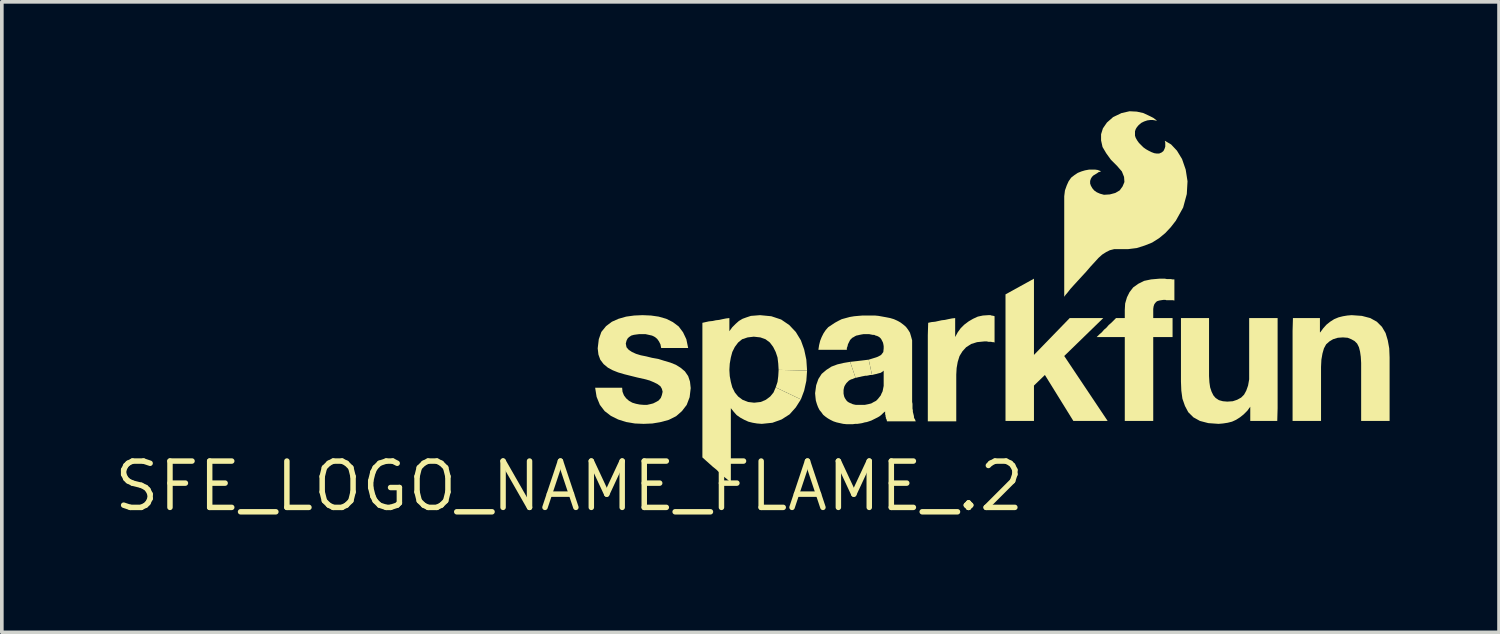
<source format=kicad_pcb>
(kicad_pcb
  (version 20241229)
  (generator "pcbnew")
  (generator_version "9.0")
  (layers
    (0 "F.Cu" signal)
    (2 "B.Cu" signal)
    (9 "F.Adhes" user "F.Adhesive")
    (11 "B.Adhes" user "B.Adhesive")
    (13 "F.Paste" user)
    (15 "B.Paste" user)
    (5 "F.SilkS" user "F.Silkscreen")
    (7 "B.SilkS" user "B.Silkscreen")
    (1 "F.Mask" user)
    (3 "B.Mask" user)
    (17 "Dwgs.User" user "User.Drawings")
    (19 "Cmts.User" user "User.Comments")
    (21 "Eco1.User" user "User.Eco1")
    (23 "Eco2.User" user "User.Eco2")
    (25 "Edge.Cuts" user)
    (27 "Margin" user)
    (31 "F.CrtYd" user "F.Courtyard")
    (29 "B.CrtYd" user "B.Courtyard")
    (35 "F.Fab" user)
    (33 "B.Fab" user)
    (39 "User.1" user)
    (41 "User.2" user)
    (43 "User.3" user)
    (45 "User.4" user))
  (footprint "SFE_LOGO_NAME_FLAME_.2"
    (layer "F.Cu")
    (at 12.556 10.28)
    (property "Reference" "SFE_LOGO_NAME_FLAME_.2" (at 0 0 0) (layer "F.SilkS") (effects (font (size 1.27 1.27) (thickness 0.15))))
    (attr through_hole)
    (fp_poly (pts (xy 5.66 -2.71) (xy 5.71 -2.86) (xy 5.73 -3.02) (xy 5.74 -3.19) (xy 6.52 -3.17) (xy 6.5 -2.89) (xy 6.44 -2.62) (xy 6.35 -2.38)) (stroke (width 0) (type solid)) (fill yes) (layer "F.SilkS"))
    (fp_poly (pts (xy 11.96 -5.26) (xy 12.74 -5.69) (xy 12.74 -3.6) (xy 13.72 -4.61) (xy 14.64 -4.61) (xy 13.57 -3.57) (xy 14.76 -1.79) (xy 13.82 -1.79) (xy 13.04 -3.05) (xy 12.74 -2.76) (xy 12.74 -1.79) (xy 11.96 -1.79)) (stroke (width 0) (type solid)) (fill yes) (layer "F.SilkS"))
    (fp_poly (pts (xy 7.7 -3.41) (xy 7.88 -3.43) (xy 8.05 -3.45) (xy 8.21 -3.47) (xy 8.3 -3.05) (xy 8.25 -3.05) (xy 8.21 -3.04) (xy 8.16 -3.03) (xy 8.12 -3.03) (xy 8.07 -3.02) (xy 8.02 -3.01) (xy 7.98 -3) (xy 7.93 -2.99) (xy 7.89 -2.98) (xy 7.85 -2.97)) (stroke (width 0) (type solid)) (fill yes) (layer "F.SilkS"))
    (fp_poly (pts (xy 9.84 -4.48) (xy 9.93 -4.5) (xy 10.03 -4.51) (xy 10.12 -4.53) (xy 10.21 -4.55) (xy 10.3 -4.56) (xy 10.39 -4.58) (xy 10.49 -4.6) (xy 10.58 -4.61) (xy 10.58 -4.55) (xy 10.58 -4.48) (xy 10.58 -4.42) (xy 10.58 -4.35) (xy 10.58 -4.28) (xy 10.58 -4.22) (xy 10.58 -4.15) (xy 10.58 -4.09) (xy 10.65 -4.22) (xy 10.73 -4.33) (xy 10.83 -4.43) (xy 10.95 -4.52) (xy 11.07 -4.59) (xy 11.2 -4.65) (xy 11.34 -4.68) (xy 11.49 -4.69) (xy 11.51 -4.69) (xy 11.53 -4.69) (xy 11.55 -4.69) (xy 11.57 -4.68) (xy 11.59 -4.68) (xy 11.62 -4.67) (xy 11.64 -4.67) (xy 11.66 -4.66) (xy 11.66 -4.57) (xy 11.66 -4.48) (xy 11.66 -4.39) (xy 11.66 -4.3) (xy 11.66 -4.21) (xy 11.66 -4.12) (xy 11.66 -4.03) (xy 11.66 -3.94) (xy 11.63 -3.95) (xy 11.6 -3.95) (xy 11.56 -3.96) (xy 11.53 -3.96) (xy 11.49 -3.96) (xy 11.45 -3.97) (xy 11.41 -3.97) (xy 11.38 -3.97) (xy 11.18 -3.95) (xy 11.02 -3.9) (xy 10.88 -3.81) (xy 10.78 -3.7) (xy 10.7 -3.57) (xy 10.65 -3.41) (xy 10.62 -3.24) (xy 10.61 -3.06) (xy 10.61 -2.9) (xy 10.61 -2.74) (xy 10.61 -2.58) (xy 10.61 -2.42) (xy 10.61 -2.26) (xy 10.61 -2.1) (xy 10.61 -1.94) (xy 10.61 -1.78) (xy 10.51 -1.78) (xy 10.42 -1.78) (xy 10.32 -1.78) (xy 10.22 -1.78) (xy 10.13 -1.78) (xy 10.03 -1.78) (xy 9.93 -1.78) (xy 9.83 -1.78) (xy 9.83 -2.12) (xy 9.83 -2.46) (xy 9.83 -2.8) (xy 9.83 -3.13) (xy 9.83 -3.47) (xy 9.83 -3.81) (xy 9.83 -4.14)) (stroke (width 0) (type solid)) (fill yes) (layer "F.SilkS"))
    (fp_poly (pts (xy 19.41 -1.79) (xy 19.32 -1.79) (xy 19.23 -1.79) (xy 19.14 -1.79) (xy 19.04 -1.79) (xy 18.95 -1.79) (xy 18.86 -1.79) (xy 18.77 -1.79) (xy 18.67 -1.79) (xy 18.67 -1.83) (xy 18.67 -1.88) (xy 18.67 -1.93) (xy 18.67 -1.98) (xy 18.67 -2.03) (xy 18.67 -2.08) (xy 18.67 -2.13) (xy 18.67 -2.18) (xy 18.59 -2.07) (xy 18.49 -1.97) (xy 18.39 -1.89) (xy 18.28 -1.82) (xy 18.17 -1.77) (xy 18.05 -1.74) (xy 17.92 -1.72) (xy 17.8 -1.71) (xy 17.52 -1.73) (xy 17.29 -1.79) (xy 17.11 -1.89) (xy 16.97 -2.03) (xy 16.88 -2.2) (xy 16.81 -2.4) (xy 16.78 -2.62) (xy 16.77 -2.87) (xy 16.77 -3.09) (xy 16.77 -3.31) (xy 16.77 -3.53) (xy 16.77 -3.74) (xy 16.77 -3.96) (xy 16.77 -4.18) (xy 16.77 -4.4) (xy 16.77 -4.61) (xy 16.86 -4.61) (xy 16.96 -4.61) (xy 17.06 -4.61) (xy 17.16 -4.61) (xy 17.25 -4.61) (xy 17.35 -4.61) (xy 17.45 -4.61) (xy 17.54 -4.61) (xy 17.54 -4.41) (xy 17.54 -4.21) (xy 17.54 -4.01) (xy 17.54 -3.81) (xy 17.54 -3.61) (xy 17.54 -3.42) (xy 17.54 -3.22) (xy 17.54 -3.02) (xy 17.55 -2.85) (xy 17.57 -2.71) (xy 17.61 -2.59) (xy 17.66 -2.49) (xy 17.72 -2.42) (xy 17.81 -2.36) (xy 17.92 -2.33) (xy 18.04 -2.32) (xy 18.19 -2.33) (xy 18.31 -2.37) (xy 18.42 -2.43) (xy 18.5 -2.51) (xy 18.56 -2.62) (xy 18.61 -2.76) (xy 18.64 -2.93) (xy 18.64 -3.13) (xy 18.64 -3.32) (xy 18.64 -3.5) (xy 18.64 -3.69) (xy 18.64 -3.87) (xy 18.64 -4.06) (xy 18.64 -4.24) (xy 18.64 -4.43) (xy 18.64 -4.61) (xy 18.74 -4.61) (xy 18.84 -4.61) (xy 18.94 -4.61) (xy 19.03 -4.61) (xy 19.13 -4.61) (xy 19.23 -4.61) (xy 19.32 -4.61) (xy 19.42 -4.61) (xy 19.42 -4.26) (xy 19.42 -3.91) (xy 19.42 -3.55) (xy 19.42 -3.2) (xy 19.42 -2.85) (xy 19.42 -2.49) (xy 19.42 -2.14)) (stroke (width 0) (type solid)) (fill yes) (layer "F.SilkS"))
    (fp_poly (pts (xy 19.84 -4.61) (xy 19.93 -4.61) (xy 20.03 -4.61) (xy 20.12 -4.61) (xy 20.21 -4.61) (xy 20.3 -4.61) (xy 20.4 -4.61) (xy 20.49 -4.61) (xy 20.58 -4.61) (xy 20.58 -4.56) (xy 20.58 -4.52) (xy 20.58 -4.47) (xy 20.58 -4.42) (xy 20.58 -4.37) (xy 20.58 -4.32) (xy 20.58 -4.27) (xy 20.58 -4.22) (xy 20.59 -4.22) (xy 20.67 -4.33) (xy 20.76 -4.43) (xy 20.86 -4.51) (xy 20.97 -4.58) (xy 21.09 -4.63) (xy 21.21 -4.66) (xy 21.33 -4.68) (xy 21.45 -4.69) (xy 21.73 -4.67) (xy 21.96 -4.61) (xy 22.14 -4.51) (xy 22.28 -4.37) (xy 22.38 -4.2) (xy 22.44 -4) (xy 22.48 -3.78) (xy 22.49 -3.53) (xy 22.49 -3.31) (xy 22.49 -3.09) (xy 22.49 -2.87) (xy 22.49 -2.66) (xy 22.49 -2.44) (xy 22.49 -2.22) (xy 22.49 -2) (xy 22.49 -1.79) (xy 22.39 -1.79) (xy 22.29 -1.79) (xy 22.2 -1.79) (xy 22.1 -1.79) (xy 22 -1.79) (xy 21.9 -1.79) (xy 21.81 -1.79) (xy 21.71 -1.79) (xy 21.71 -1.99) (xy 21.71 -2.19) (xy 21.71 -2.39) (xy 21.71 -2.58) (xy 21.71 -2.78) (xy 21.71 -2.98) (xy 21.71 -3.18) (xy 21.71 -3.38) (xy 21.7 -3.55) (xy 21.68 -3.69) (xy 21.65 -3.81) (xy 21.6 -3.91) (xy 21.53 -3.98) (xy 21.44 -4.03) (xy 21.34 -4.07) (xy 21.21 -4.08) (xy 21.07 -4.07) (xy 20.94 -4.03) (xy 20.84 -3.97) (xy 20.75 -3.89) (xy 20.69 -3.78) (xy 20.65 -3.64) (xy 20.62 -3.47) (xy 20.61 -3.27) (xy 20.61 -3.08) (xy 20.61 -2.9) (xy 20.61 -2.71) (xy 20.61 -2.53) (xy 20.61 -2.34) (xy 20.61 -2.16) (xy 20.61 -1.97) (xy 20.61 -1.79) (xy 20.51 -1.79) (xy 20.42 -1.79) (xy 20.32 -1.79) (xy 20.22 -1.79) (xy 20.13 -1.79) (xy 20.03 -1.79) (xy 19.93 -1.79) (xy 19.83 -1.79) (xy 19.83 -2.14) (xy 19.83 -2.49) (xy 19.83 -2.85) (xy 19.83 -3.2) (xy 19.83 -3.55) (xy 19.83 -3.91) (xy 19.83 -4.26)) (stroke (width 0) (type solid)) (fill yes) (layer "F.SilkS"))
    (fp_poly (pts (xy 6.35 -2.38) (xy 6.21 -2.16) (xy 6.04 -1.97) (xy 5.82 -1.83) (xy 5.57 -1.74) (xy 5.28 -1.71) (xy 5.15 -1.72) (xy 5.03 -1.74) (xy 4.91 -1.77) (xy 4.8 -1.82) (xy 4.69 -1.88) (xy 4.59 -1.95) (xy 4.51 -2.04) (xy 4.43 -2.14) (xy 4.43 -1.88) (xy 4.43 -1.63) (xy 4.43 -1.37) (xy 4.43 -1.12) (xy 4.43 -0.86) (xy 4.43 -0.61) (xy 4.43 -0.35) (xy 4.43 -0.1) (xy 4.33 -0.19) (xy 4.23 -0.27) (xy 4.13 -0.36) (xy 4.04 -0.45) (xy 3.94 -0.53) (xy 3.84 -0.62) (xy 3.75 -0.7) (xy 3.65 -0.79) (xy 3.65 -1.25) (xy 3.65 -1.71) (xy 3.65 -2.18) (xy 3.65 -2.64) (xy 3.65 -3.1) (xy 3.65 -3.56) (xy 3.65 -4.02) (xy 3.65 -4.48) (xy 3.74 -4.5) (xy 3.83 -4.52) (xy 3.93 -4.53) (xy 4.02 -4.55) (xy 4.11 -4.56) (xy 4.2 -4.58) (xy 4.3 -4.6) (xy 4.39 -4.61) (xy 4.39 -4.57) (xy 4.39 -4.52) (xy 4.39 -4.48) (xy 4.39 -4.43) (xy 4.39 -4.39) (xy 4.39 -4.34) (xy 4.39 -4.3) (xy 4.39 -4.25) (xy 4.47 -4.36) (xy 4.56 -4.45) (xy 4.65 -4.53) (xy 4.75 -4.59) (xy 4.86 -4.63) (xy 4.98 -4.67) (xy 5.11 -4.68) (xy 5.23 -4.69) (xy 5.54 -4.66) (xy 5.81 -4.57) (xy 6.03 -4.42) (xy 6.21 -4.23) (xy 6.35 -4) (xy 6.44 -3.75) (xy 6.5 -3.47) (xy 6.52 -3.17) (xy 5.74 -3.19) (xy 5.73 -3.36) (xy 5.71 -3.53) (xy 5.66 -3.68) (xy 5.59 -3.82) (xy 5.5 -3.94) (xy 5.38 -4.03) (xy 5.24 -4.08) (xy 5.06 -4.1) (xy 4.89 -4.08) (xy 4.74 -4.03) (xy 4.63 -3.94) (xy 4.54 -3.82) (xy 4.47 -3.68) (xy 4.43 -3.53) (xy 4.4 -3.36) (xy 4.39 -3.19) (xy 4.4 -3.02) (xy 4.43 -2.86) (xy 4.47 -2.71) (xy 4.54 -2.57) (xy 4.63 -2.46) (xy 4.75 -2.37) (xy 4.9 -2.31) (xy 5.07 -2.29) (xy 5.25 -2.31) (xy 5.39 -2.37) (xy 5.51 -2.46) (xy 5.6 -2.57) (xy 5.66 -2.71)) (stroke (width 0) (type solid)) (fill yes) (layer "F.SilkS"))
    (fp_poly (pts (xy 1.45 -2.7) (xy 1.46 -2.59) (xy 1.5 -2.49) (xy 1.56 -2.41) (xy 1.64 -2.34) (xy 1.73 -2.29) (xy 1.83 -2.26) (xy 1.93 -2.24) (xy 2.05 -2.23) (xy 2.13 -2.23) (xy 2.22 -2.25) (xy 2.3 -2.27) (xy 2.38 -2.31) (xy 2.45 -2.35) (xy 2.51 -2.42) (xy 2.54 -2.5) (xy 2.56 -2.59) (xy 2.54 -2.67) (xy 2.5 -2.74) (xy 2.42 -2.8) (xy 2.32 -2.85) (xy 2.2 -2.9) (xy 2.05 -2.94) (xy 1.87 -2.98) (xy 1.67 -3.03) (xy 1.51 -3.07) (xy 1.34 -3.12) (xy 1.19 -3.18) (xy 1.06 -3.25) (xy 0.94 -3.35) (xy 0.85 -3.47) (xy 0.8 -3.61) (xy 0.78 -3.78) (xy 0.81 -4.03) (xy 0.88 -4.23) (xy 1.01 -4.39) (xy 1.17 -4.51) (xy 1.35 -4.59) (xy 1.56 -4.65) (xy 1.78 -4.68) (xy 2.01 -4.69) (xy 2.24 -4.68) (xy 2.45 -4.65) (xy 2.66 -4.59) (xy 2.84 -4.5) (xy 3 -4.38) (xy 3.12 -4.22) (xy 3.21 -4.03) (xy 3.26 -3.79) (xy 3.16 -3.79) (xy 3.07 -3.79) (xy 2.98 -3.79) (xy 2.89 -3.79) (xy 2.79 -3.79) (xy 2.7 -3.79) (xy 2.61 -3.79) (xy 2.52 -3.79) (xy 2.5 -3.89) (xy 2.46 -3.97) (xy 2.41 -4.04) (xy 2.35 -4.09) (xy 2.27 -4.13) (xy 2.18 -4.15) (xy 2.09 -4.17) (xy 1.99 -4.17) (xy 1.92 -4.17) (xy 1.84 -4.16) (xy 1.77 -4.15) (xy 1.7 -4.13) (xy 1.64 -4.09) (xy 1.6 -4.05) (xy 1.57 -3.99) (xy 1.55 -3.91) (xy 1.57 -3.81) (xy 1.63 -3.74) (xy 1.72 -3.68) (xy 1.83 -3.63) (xy 1.96 -3.59) (xy 2.11 -3.56) (xy 2.27 -3.52) (xy 2.44 -3.49) (xy 2.6 -3.44) (xy 2.77 -3.39) (xy 2.92 -3.33) (xy 3.05 -3.25) (xy 3.17 -3.15) (xy 3.26 -3.02) (xy 3.31 -2.87) (xy 3.33 -2.69) (xy 3.3 -2.44) (xy 3.22 -2.23) (xy 3.09 -2.06) (xy 2.93 -1.92) (xy 2.73 -1.82) (xy 2.51 -1.76) (xy 2.28 -1.72) (xy 2.04 -1.71) (xy 1.8 -1.72) (xy 1.56 -1.76) (xy 1.34 -1.83) (xy 1.14 -1.93) (xy 0.97 -2.06) (xy 0.84 -2.23) (xy 0.75 -2.45) (xy 0.71 -2.7) (xy 0.8 -2.7) (xy 0.9 -2.7) (xy 0.99 -2.7) (xy 1.08 -2.7) (xy 1.17 -2.7) (xy 1.27 -2.7) (xy 1.36 -2.7)) (stroke (width 0) (type solid)) (fill yes) (layer "F.SilkS"))
    (fp_poly (pts (xy 15.23 -4.09) (xy 15.13 -4.09) (xy 15.04 -4.09) (xy 14.94 -4.09) (xy 14.85 -4.09) (xy 14.75 -4.09) (xy 14.66 -4.09) (xy 14.56 -4.09) (xy 14.46 -4.09) (xy 14.53 -4.16) (xy 14.6 -4.22) (xy 14.66 -4.29) (xy 14.73 -4.35) (xy 14.79 -4.42) (xy 14.86 -4.48) (xy 14.93 -4.55) (xy 14.99 -4.61) (xy 15.02 -4.61) (xy 15.05 -4.61) (xy 15.08 -4.61) (xy 15.11 -4.61) (xy 15.14 -4.61) (xy 15.17 -4.61) (xy 15.2 -4.61) (xy 15.23 -4.61) (xy 15.23 -4.64) (xy 15.23 -4.67) (xy 15.23 -4.7) (xy 15.23 -4.72) (xy 15.23 -4.75) (xy 15.23 -4.78) (xy 15.23 -4.8) (xy 15.23 -4.83) (xy 15.24 -5.01) (xy 15.29 -5.18) (xy 15.36 -5.32) (xy 15.46 -5.45) (xy 15.6 -5.55) (xy 15.76 -5.63) (xy 15.95 -5.67) (xy 16.18 -5.69) (xy 16.23 -5.69) (xy 16.28 -5.69) (xy 16.33 -5.69) (xy 16.38 -5.68) (xy 16.43 -5.68) (xy 16.49 -5.68) (xy 16.54 -5.67) (xy 16.59 -5.67) (xy 16.59 -5.6) (xy 16.59 -5.53) (xy 16.59 -5.45) (xy 16.59 -5.38) (xy 16.59 -5.31) (xy 16.59 -5.24) (xy 16.59 -5.16) (xy 16.59 -5.09) (xy 16.55 -5.1) (xy 16.52 -5.1) (xy 16.48 -5.1) (xy 16.44 -5.1) (xy 16.41 -5.1) (xy 16.37 -5.1) (xy 16.34 -5.11) (xy 16.3 -5.11) (xy 16.23 -5.1) (xy 16.17 -5.09) (xy 16.11 -5.07) (xy 16.07 -5.03) (xy 16.04 -4.99) (xy 16.02 -4.93) (xy 16.01 -4.86) (xy 16.01 -4.78) (xy 16.01 -4.76) (xy 16.01 -4.74) (xy 16.01 -4.72) (xy 16.01 -4.7) (xy 16.01 -4.68) (xy 16.01 -4.66) (xy 16.01 -4.63) (xy 16.01 -4.61) (xy 16.07 -4.61) (xy 16.14 -4.61) (xy 16.21 -4.61) (xy 16.27 -4.61) (xy 16.34 -4.61) (xy 16.41 -4.61) (xy 16.47 -4.61) (xy 16.54 -4.61) (xy 16.54 -4.55) (xy 16.54 -4.48) (xy 16.54 -4.42) (xy 16.54 -4.35) (xy 16.54 -4.29) (xy 16.54 -4.22) (xy 16.54 -4.16) (xy 16.54 -4.09) (xy 16.47 -4.09) (xy 16.41 -4.09) (xy 16.34 -4.09) (xy 16.27 -4.09) (xy 16.21 -4.09) (xy 16.14 -4.09) (xy 16.07 -4.09) (xy 16.01 -4.09) (xy 16.01 -3.81) (xy 16.01 -3.52) (xy 16.01 -3.23) (xy 16.01 -2.94) (xy 16.01 -2.65) (xy 16.01 -2.36) (xy 16.01 -2.07) (xy 16.01 -1.79) (xy 15.91 -1.79) (xy 15.81 -1.79) (xy 15.71 -1.79) (xy 15.62 -1.79) (xy 15.52 -1.79) (xy 15.42 -1.79) (xy 15.33 -1.79) (xy 15.23 -1.79) (xy 15.23 -2.07) (xy 15.23 -2.36) (xy 15.23 -2.65) (xy 15.23 -2.94) (xy 15.23 -3.23) (xy 15.23 -3.52) (xy 15.23 -3.81)) (stroke (width 0) (type solid)) (fill yes) (layer "F.SilkS"))
    (fp_poly (pts (xy 16.33 -9.47) (xy 16.33 -9.45) (xy 16.34 -9.42) (xy 16.34 -9.37) (xy 16.34 -9.31) (xy 16.32 -9.25) (xy 16.29 -9.19) (xy 16.24 -9.15) (xy 16.17 -9.12) (xy 16.11 -9.12) (xy 16.04 -9.13) (xy 15.96 -9.16) (xy 15.88 -9.2) (xy 15.81 -9.24) (xy 15.74 -9.29) (xy 15.68 -9.35) (xy 15.62 -9.41) (xy 15.57 -9.48) (xy 15.53 -9.55) (xy 15.51 -9.61) (xy 15.51 -9.68) (xy 15.51 -9.73) (xy 15.53 -9.79) (xy 15.56 -9.84) (xy 15.61 -9.9) (xy 15.68 -9.96) (xy 15.76 -10) (xy 15.85 -10.03) (xy 15.93 -10.04) (xy 16 -10.04) (xy 16.06 -10.03) (xy 16.1 -10.02) (xy 16.11 -10.02) (xy 16.09 -10.04) (xy 16.01 -10.1) (xy 15.89 -10.16) (xy 15.74 -10.23) (xy 15.56 -10.27) (xy 15.36 -10.28) (xy 15.14 -10.23) (xy 14.91 -10.12) (xy 14.74 -9.97) (xy 14.63 -9.81) (xy 14.58 -9.65) (xy 14.58 -9.48) (xy 14.62 -9.3) (xy 14.72 -9.13) (xy 14.85 -8.95) (xy 15.02 -8.78) (xy 15.15 -8.63) (xy 15.21 -8.48) (xy 15.22 -8.34) (xy 15.17 -8.22) (xy 15.09 -8.11) (xy 14.97 -8.04) (xy 14.82 -8) (xy 14.66 -7.99) (xy 14.55 -8.02) (xy 14.46 -8.06) (xy 14.39 -8.11) (xy 14.34 -8.17) (xy 14.3 -8.24) (xy 14.28 -8.3) (xy 14.28 -8.37) (xy 14.3 -8.43) (xy 14.33 -8.48) (xy 14.37 -8.52) (xy 14.42 -8.55) (xy 14.47 -8.58) (xy 14.51 -8.61) (xy 14.55 -8.62) (xy 14.58 -8.64) (xy 14.59 -8.64) (xy 14.57 -8.64) (xy 14.54 -8.65) (xy 14.49 -8.67) (xy 14.42 -8.68) (xy 14.34 -8.68) (xy 14.25 -8.68) (xy 14.14 -8.66) (xy 14.04 -8.63) (xy 13.94 -8.59) (xy 13.85 -8.53) (xy 13.76 -8.46) (xy 13.69 -8.36) (xy 13.64 -8.25) (xy 13.59 -8.11) (xy 13.57 -7.95) (xy 13.57 -7.76) (xy 13.57 -7.44) (xy 13.57 -7.12) (xy 13.57 -6.8) (xy 13.57 -6.48) (xy 13.57 -6.15) (xy 13.57 -5.83) (xy 13.57 -5.51) (xy 13.57 -5.19) (xy 13.58 -5.21) (xy 13.61 -5.25) (xy 13.67 -5.32) (xy 13.74 -5.41) (xy 13.83 -5.51) (xy 13.94 -5.63) (xy 14.05 -5.75) (xy 14.17 -5.88) (xy 14.29 -6.02) (xy 14.41 -6.15) (xy 14.51 -6.26) (xy 14.61 -6.35) (xy 14.72 -6.42) (xy 14.82 -6.47) (xy 14.94 -6.5) (xy 15.07 -6.5) (xy 15.32 -6.5) (xy 15.56 -6.53) (xy 15.78 -6.6) (xy 15.98 -6.68) (xy 16.17 -6.8) (xy 16.34 -6.94) (xy 16.49 -7.1) (xy 16.63 -7.28) (xy 16.83 -7.64) (xy 16.93 -8.01) (xy 16.95 -8.36) (xy 16.9 -8.68) (xy 16.8 -8.97) (xy 16.66 -9.2) (xy 16.5 -9.37)) (stroke (width 0) (type solid)) (fill yes) (layer "F.SilkS"))
    (fp_poly (pts (xy 7.85 -2.97) (xy 7.81 -2.96) (xy 7.77 -2.94) (xy 7.73 -2.93) (xy 7.69 -2.91) (xy 7.66 -2.89) (xy 7.63 -2.86) (xy 7.6 -2.83) (xy 7.58 -2.8) (xy 7.56 -2.77) (xy 7.54 -2.73) (xy 7.53 -2.69) (xy 7.52 -2.64) (xy 7.52 -2.59) (xy 7.52 -2.54) (xy 7.53 -2.49) (xy 7.54 -2.45) (xy 7.56 -2.41) (xy 7.58 -2.38) (xy 7.6 -2.35) (xy 7.63 -2.32) (xy 7.66 -2.3) (xy 7.7 -2.28) (xy 7.73 -2.27) (xy 7.77 -2.25) (xy 7.81 -2.24) (xy 7.86 -2.23) (xy 7.9 -2.23) (xy 7.95 -2.23) (xy 8 -2.23) (xy 8.1 -2.23) (xy 8.2 -2.25) (xy 8.28 -2.27) (xy 8.35 -2.31) (xy 8.41 -2.34) (xy 8.46 -2.39) (xy 8.5 -2.44) (xy 8.54 -2.49) (xy 8.56 -2.54) (xy 8.59 -2.6) (xy 8.6 -2.65) (xy 8.61 -2.7) (xy 8.62 -2.75) (xy 8.62 -2.8) (xy 8.62 -2.84) (xy 8.62 -2.88) (xy 8.62 -2.9) (xy 8.62 -2.91) (xy 8.62 -2.93) (xy 8.62 -2.95) (xy 8.62 -2.97) (xy 8.62 -2.99) (xy 8.62 -3.01) (xy 8.62 -3.02) (xy 8.62 -3.04) (xy 8.62 -3.06) (xy 8.62 -3.08) (xy 8.62 -3.1) (xy 8.62 -3.11) (xy 8.62 -3.13) (xy 8.62 -3.15) (xy 8.62 -3.17) (xy 8.6 -3.15) (xy 8.57 -3.13) (xy 8.54 -3.11) (xy 8.5 -3.1) (xy 8.46 -3.09) (xy 8.43 -3.08) (xy 8.38 -3.07) (xy 8.34 -3.06) (xy 8.3 -3.05) (xy 8.21 -3.47) (xy 8.34 -3.51) (xy 8.46 -3.55) (xy 8.55 -3.6) (xy 8.61 -3.68) (xy 8.62 -3.78) (xy 8.62 -3.84) (xy 8.61 -3.9) (xy 8.6 -3.94) (xy 8.58 -3.98) (xy 8.56 -4.02) (xy 8.54 -4.05) (xy 8.51 -4.08) (xy 8.48 -4.1) (xy 8.44 -4.12) (xy 8.4 -4.13) (xy 8.36 -4.15) (xy 8.32 -4.15) (xy 8.27 -4.16) (xy 8.22 -4.17) (xy 8.17 -4.17) (xy 8.12 -4.17) (xy 8.07 -4.17) (xy 8.01 -4.16) (xy 7.96 -4.15) (xy 7.92 -4.14) (xy 7.87 -4.13) (xy 7.83 -4.11) (xy 7.8 -4.09) (xy 7.76 -4.07) (xy 7.73 -4.04) (xy 7.7 -4.01) (xy 7.68 -3.97) (xy 7.66 -3.93) (xy 7.64 -3.89) (xy 7.63 -3.84) (xy 7.61 -3.79) (xy 7.61 -3.74) (xy 7.56 -3.74) (xy 7.51 -3.74) (xy 7.46 -3.74) (xy 7.41 -3.74) (xy 7.37 -3.74) (xy 7.32 -3.74) (xy 7.27 -3.74) (xy 7.22 -3.74) (xy 7.17 -3.74) (xy 7.12 -3.74) (xy 7.07 -3.74) (xy 7.03 -3.74) (xy 6.98 -3.74) (xy 6.93 -3.74) (xy 6.88 -3.74) (xy 6.83 -3.74) (xy 6.85 -3.87) (xy 6.88 -3.99) (xy 6.92 -4.09) (xy 6.97 -4.19) (xy 7.03 -4.28) (xy 7.1 -4.36) (xy 7.19 -4.42) (xy 7.28 -4.48) (xy 7.37 -4.53) (xy 7.47 -4.58) (xy 7.58 -4.61) (xy 7.69 -4.64) (xy 7.81 -4.66) (xy 7.92 -4.67) (xy 8.04 -4.68) (xy 8.16 -4.68) (xy 8.27 -4.68) (xy 8.38 -4.68) (xy 8.48 -4.67) (xy 8.59 -4.65) (xy 8.7 -4.63) (xy 8.8 -4.61) (xy 8.9 -4.58) (xy 8.99 -4.54) (xy 9.08 -4.49) (xy 9.16 -4.43) (xy 9.23 -4.37) (xy 9.29 -4.29) (xy 9.34 -4.21) (xy 9.37 -4.11) (xy 9.4 -4) (xy 9.4 -3.88) (xy 9.4 -3.79) (xy 9.4 -3.7) (xy 9.4 -3.6) (xy 9.4 -3.51) (xy 9.4 -3.42) (xy 9.4 -3.33) (xy 9.4 -3.24) (xy 9.4 -3.14) (xy 9.4 -3.05) (xy 9.4 -2.96) (xy 9.4 -2.87) (xy 9.4 -2.78) (xy 9.4 -2.68) (xy 9.4 -2.59) (xy 9.4 -2.5) (xy 9.4 -2.41) (xy 9.4 -2.36) (xy 9.4 -2.31) (xy 9.41 -2.26) (xy 9.41 -2.22) (xy 9.41 -2.17) (xy 9.41 -2.13) (xy 9.42 -2.08) (xy 9.42 -2.04) (xy 9.43 -2) (xy 9.44 -1.96) (xy 9.45 -1.92) (xy 9.45 -1.89) (xy 9.46 -1.86) (xy 9.48 -1.83) (xy 9.49 -1.8) (xy 9.5 -1.78) (xy 9.45 -1.78) (xy 9.4 -1.78) (xy 9.35 -1.78) (xy 9.3 -1.78) (xy 9.25 -1.78) (xy 9.2 -1.78) (xy 9.16 -1.78) (xy 9.11 -1.78) (xy 9.06 -1.78) (xy 9.01 -1.78) (xy 8.96 -1.78) (xy 8.91 -1.78) (xy 8.86 -1.78) (xy 8.81 -1.78) (xy 8.76 -1.78) (xy 8.71 -1.78) (xy 8.71 -1.8) (xy 8.7 -1.81) (xy 8.7 -1.83) (xy 8.69 -1.85) (xy 8.68 -1.86) (xy 8.68 -1.88) (xy 8.68 -1.9) (xy 8.67 -1.91) (xy 8.67 -1.93) (xy 8.67 -1.95) (xy 8.66 -1.97) (xy 8.66 -1.98) (xy 8.66 -2) (xy 8.66 -2.02) (xy 8.66 -2.04) (xy 8.66 -2.05) (xy 8.61 -2.01) (xy 8.56 -1.96) (xy 8.51 -1.92) (xy 8.46 -1.89) (xy 8.4 -1.86) (xy 8.34 -1.83) (xy 8.28 -1.8) (xy 8.22 -1.78) (xy 8.16 -1.76) (xy 8.1 -1.75) (xy 8.03 -1.73) (xy 7.97 -1.72) (xy 7.9 -1.71) (xy 7.84 -1.71) (xy 7.77 -1.7) (xy 7.71 -1.7) (xy 7.61 -1.7) (xy 7.51 -1.71) (xy 7.42 -1.73) (xy 7.33 -1.75) (xy 7.24 -1.78) (xy 7.16 -1.82) (xy 7.09 -1.86) (xy 7.02 -1.91) (xy 6.96 -1.96) (xy 6.91 -2.03) (xy 6.86 -2.09) (xy 6.82 -2.17) (xy 6.79 -2.25) (xy 6.76 -2.35) (xy 6.75 -2.44) (xy 6.74 -2.55) (xy 6.77 -2.77) (xy 6.83 -2.94) (xy 6.92 -3.08) (xy 7.05 -3.19) (xy 7.19 -3.28) (xy 7.35 -3.34) (xy 7.52 -3.38) (xy 7.7 -3.41)) (stroke (width 0) (type solid)) (fill yes) (layer "F.SilkS")))
  (gr_rect
    (start -3 -3)
    (end 38.046 14.286)
    (stroke (width 0.1) (type default))
    (fill no)
    (layer "Edge.Cuts")))
</source>
